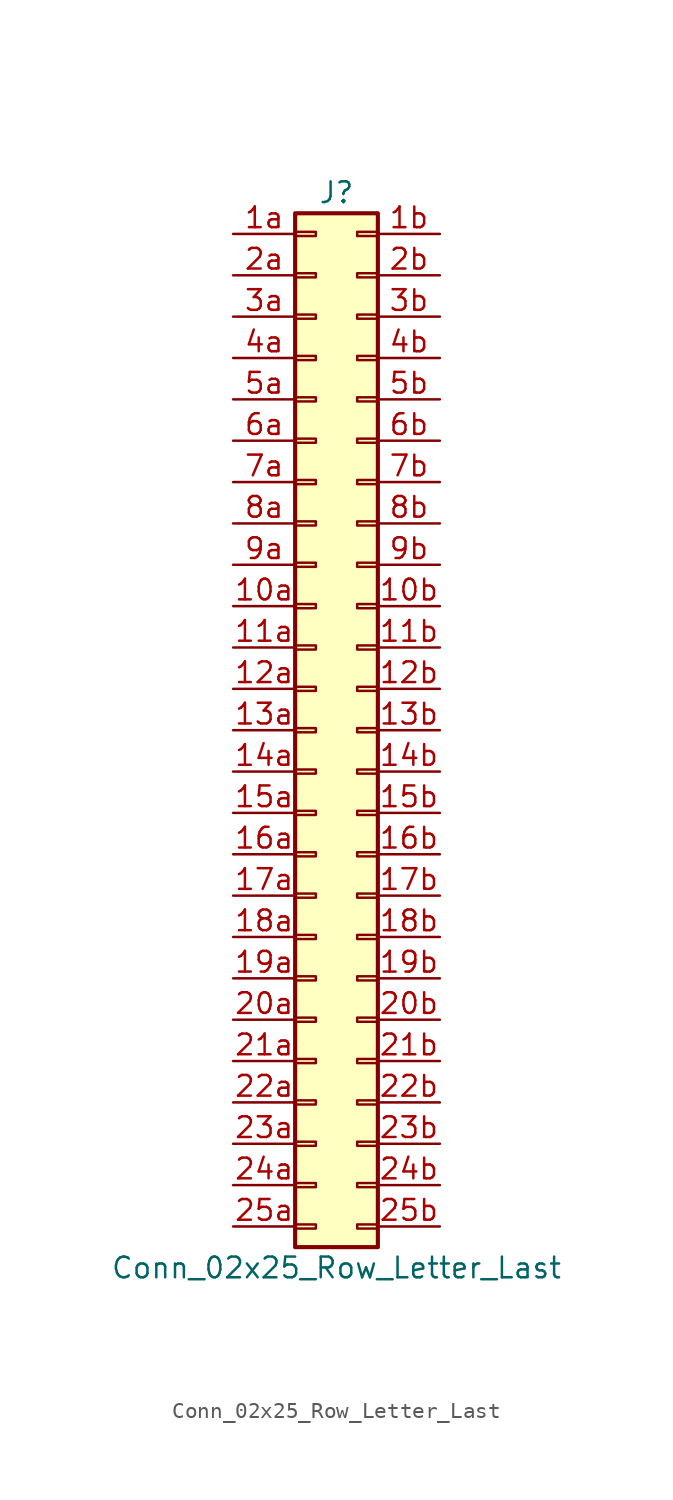
<source format=kicad_sym>
(kicad_symbol_lib
  (version 20211014)
  (generator kicad_symbol_editor)
  (symbol "Conn_02x25_Row_Letter_Last"
    (pin_names
      (offset 1.016) hide)
    (property "Reference" "J"
      (at 1.27 33.02 0)
      (effects (font (size 1.27 1.27))))
    (property "Value" "Conn_02x25_Row_Letter_Last"
      (at 1.27 -33.02 0)
      (effects (font (size 1.27 1.27))))
    (symbol "Conn_02x25_Row_Letter_Last_1_1"
      (rectangle (start -1.27 -30.353) (end 0 -30.607) (stroke (width 0.152) (type default) (color 0 0 0 0)) (fill (type none)))
      (rectangle (start -1.27 -27.813) (end 0 -28.067) (stroke (width 0.152) (type default) (color 0 0 0 0)) (fill (type none)))
      (rectangle (start -1.27 -25.273) (end 0 -25.527) (stroke (width 0.152) (type default) (color 0 0 0 0)) (fill (type none)))
      (rectangle (start -1.27 -22.733) (end 0 -22.987) (stroke (width 0.152) (type default) (color 0 0 0 0)) (fill (type none)))
      (rectangle (start -1.27 -20.193) (end 0 -20.447) (stroke (width 0.152) (type default) (color 0 0 0 0)) (fill (type none)))
      (rectangle (start -1.27 -17.653) (end 0 -17.907) (stroke (width 0.152) (type default) (color 0 0 0 0)) (fill (type none)))
      (rectangle (start -1.27 -15.113) (end 0 -15.367) (stroke (width 0.152) (type default) (color 0 0 0 0)) (fill (type none)))
      (rectangle (start -1.27 -12.573) (end 0 -12.827) (stroke (width 0.152) (type default) (color 0 0 0 0)) (fill (type none)))
      (rectangle (start -1.27 -10.033) (end 0 -10.287) (stroke (width 0.152) (type default) (color 0 0 0 0)) (fill (type none)))
      (rectangle (start -1.27 -7.493) (end 0 -7.747) (stroke (width 0.152) (type default) (color 0 0 0 0)) (fill (type none)))
      (rectangle (start -1.27 -4.953) (end 0 -5.207) (stroke (width 0.152) (type default) (color 0 0 0 0)) (fill (type none)))
      (rectangle (start -1.27 -2.413) (end 0 -2.667) (stroke (width 0.152) (type default) (color 0 0 0 0)) (fill (type none)))
      (rectangle (start -1.27 0.127) (end 0 -0.127) (stroke (width 0.152) (type default) (color 0 0 0 0)) (fill (type none)))
      (rectangle (start -1.27 2.667) (end 0 2.413) (stroke (width 0.152) (type default) (color 0 0 0 0)) (fill (type none)))
      (rectangle (start -1.27 5.207) (end 0 4.953) (stroke (width 0.152) (type default) (color 0 0 0 0)) (fill (type none)))
      (rectangle (start -1.27 7.747) (end 0 7.493) (stroke (width 0.152) (type default) (color 0 0 0 0)) (fill (type none)))
      (rectangle (start -1.27 10.287) (end 0 10.033) (stroke (width 0.152) (type default) (color 0 0 0 0)) (fill (type none)))
      (rectangle (start -1.27 12.827) (end 0 12.573) (stroke (width 0.152) (type default) (color 0 0 0 0)) (fill (type none)))
      (rectangle (start -1.27 15.367) (end 0 15.113) (stroke (width 0.152) (type default) (color 0 0 0 0)) (fill (type none)))
      (rectangle (start -1.27 17.907) (end 0 17.653) (stroke (width 0.152) (type default) (color 0 0 0 0)) (fill (type none)))
      (rectangle (start -1.27 20.447) (end 0 20.193) (stroke (width 0.152) (type default) (color 0 0 0 0)) (fill (type none)))
      (rectangle (start -1.27 22.987) (end 0 22.733) (stroke (width 0.152) (type default) (color 0 0 0 0)) (fill (type none)))
      (rectangle (start -1.27 25.527) (end 0 25.273) (stroke (width 0.152) (type default) (color 0 0 0 0)) (fill (type none)))
      (rectangle (start -1.27 28.067) (end 0 27.813) (stroke (width 0.152) (type default) (color 0 0 0 0)) (fill (type none)))
      (rectangle (start -1.27 30.607) (end 0 30.353) (stroke (width 0.152) (type default) (color 0 0 0 0)) (fill (type none)))
      (rectangle (start -1.27 31.75) (end 3.81 -31.75) (stroke (width 0.254) (type default) (color 0 0 0 0)) (fill (type background)))
      (rectangle (start 3.81 -30.353) (end 2.54 -30.607) (stroke (width 0.152) (type default) (color 0 0 0 0)) (fill (type none)))
      (rectangle (start 3.81 -27.813) (end 2.54 -28.067) (stroke (width 0.152) (type default) (color 0 0 0 0)) (fill (type none)))
      (rectangle (start 3.81 -25.273) (end 2.54 -25.527) (stroke (width 0.152) (type default) (color 0 0 0 0)) (fill (type none)))
      (rectangle (start 3.81 -22.733) (end 2.54 -22.987) (stroke (width 0.152) (type default) (color 0 0 0 0)) (fill (type none)))
      (rectangle (start 3.81 -20.193) (end 2.54 -20.447) (stroke (width 0.152) (type default) (color 0 0 0 0)) (fill (type none)))
      (rectangle (start 3.81 -17.653) (end 2.54 -17.907) (stroke (width 0.152) (type default) (color 0 0 0 0)) (fill (type none)))
      (rectangle (start 3.81 -15.113) (end 2.54 -15.367) (stroke (width 0.152) (type default) (color 0 0 0 0)) (fill (type none)))
      (rectangle (start 3.81 -12.573) (end 2.54 -12.827) (stroke (width 0.152) (type default) (color 0 0 0 0)) (fill (type none)))
      (rectangle (start 3.81 -10.033) (end 2.54 -10.287) (stroke (width 0.152) (type default) (color 0 0 0 0)) (fill (type none)))
      (rectangle (start 3.81 -7.493) (end 2.54 -7.747) (stroke (width 0.152) (type default) (color 0 0 0 0)) (fill (type none)))
      (rectangle (start 3.81 -4.953) (end 2.54 -5.207) (stroke (width 0.152) (type default) (color 0 0 0 0)) (fill (type none)))
      (rectangle (start 3.81 -2.413) (end 2.54 -2.667) (stroke (width 0.152) (type default) (color 0 0 0 0)) (fill (type none)))
      (rectangle (start 3.81 0.127) (end 2.54 -0.127) (stroke (width 0.152) (type default) (color 0 0 0 0)) (fill (type none)))
      (rectangle (start 3.81 2.667) (end 2.54 2.413) (stroke (width 0.152) (type default) (color 0 0 0 0)) (fill (type none)))
      (rectangle (start 3.81 5.207) (end 2.54 4.953) (stroke (width 0.152) (type default) (color 0 0 0 0)) (fill (type none)))
      (rectangle (start 3.81 7.747) (end 2.54 7.493) (stroke (width 0.152) (type default) (color 0 0 0 0)) (fill (type none)))
      (rectangle (start 3.81 10.287) (end 2.54 10.033) (stroke (width 0.152) (type default) (color 0 0 0 0)) (fill (type none)))
      (rectangle (start 3.81 12.827) (end 2.54 12.573) (stroke (width 0.152) (type default) (color 0 0 0 0)) (fill (type none)))
      (rectangle (start 3.81 15.367) (end 2.54 15.113) (stroke (width 0.152) (type default) (color 0 0 0 0)) (fill (type none)))
      (rectangle (start 3.81 17.907) (end 2.54 17.653) (stroke (width 0.152) (type default) (color 0 0 0 0)) (fill (type none)))
      (rectangle (start 3.81 20.447) (end 2.54 20.193) (stroke (width 0.152) (type default) (color 0 0 0 0)) (fill (type none)))
      (rectangle (start 3.81 22.987) (end 2.54 22.733) (stroke (width 0.152) (type default) (color 0 0 0 0)) (fill (type none)))
      (rectangle (start 3.81 25.527) (end 2.54 25.273) (stroke (width 0.152) (type default) (color 0 0 0 0)) (fill (type none)))
      (rectangle (start 3.81 28.067) (end 2.54 27.813) (stroke (width 0.152) (type default) (color 0 0 0 0)) (fill (type none)))
      (rectangle (start 3.81 30.607) (end 2.54 30.353) (stroke (width 0.152) (type default) (color 0 0 0 0)) (fill (type none)))
      (pin passive line (at -5.08 7.62 0) (length 3.81) (name "Pin_10a" (effects (font (size 1.27 1.27)))) (number "10a" (effects (font (size 1.27 1.27)))))
      (pin passive line (at 7.62 7.62 180) (length 3.81) (name "Pin_10b" (effects (font (size 1.27 1.27)))) (number "10b" (effects (font (size 1.27 1.27)))))
      (pin passive line (at -5.08 5.08 0) (length 3.81) (name "Pin_11a" (effects (font (size 1.27 1.27)))) (number "11a" (effects (font (size 1.27 1.27)))))
      (pin passive line (at 7.62 5.08 180) (length 3.81) (name "Pin_11b" (effects (font (size 1.27 1.27)))) (number "11b" (effects (font (size 1.27 1.27)))))
      (pin passive line (at -5.08 2.54 0) (length 3.81) (name "Pin_12a" (effects (font (size 1.27 1.27)))) (number "12a" (effects (font (size 1.27 1.27)))))
      (pin passive line (at 7.62 2.54 180) (length 3.81) (name "Pin_12b" (effects (font (size 1.27 1.27)))) (number "12b" (effects (font (size 1.27 1.27)))))
      (pin passive line (at -5.08 0 0) (length 3.81) (name "Pin_13a" (effects (font (size 1.27 1.27)))) (number "13a" (effects (font (size 1.27 1.27)))))
      (pin passive line (at 7.62 0 180) (length 3.81) (name "Pin_13b" (effects (font (size 1.27 1.27)))) (number "13b" (effects (font (size 1.27 1.27)))))
      (pin passive line (at -5.08 -2.54 0) (length 3.81) (name "Pin_14a" (effects (font (size 1.27 1.27)))) (number "14a" (effects (font (size 1.27 1.27)))))
      (pin passive line (at 7.62 -2.54 180) (length 3.81) (name "Pin_14b" (effects (font (size 1.27 1.27)))) (number "14b" (effects (font (size 1.27 1.27)))))
      (pin passive line (at -5.08 -5.08 0) (length 3.81) (name "Pin_15a" (effects (font (size 1.27 1.27)))) (number "15a" (effects (font (size 1.27 1.27)))))
      (pin passive line (at 7.62 -5.08 180) (length 3.81) (name "Pin_15b" (effects (font (size 1.27 1.27)))) (number "15b" (effects (font (size 1.27 1.27)))))
      (pin passive line (at -5.08 -7.62 0) (length 3.81) (name "Pin_16a" (effects (font (size 1.27 1.27)))) (number "16a" (effects (font (size 1.27 1.27)))))
      (pin passive line (at 7.62 -7.62 180) (length 3.81) (name "Pin_16b" (effects (font (size 1.27 1.27)))) (number "16b" (effects (font (size 1.27 1.27)))))
      (pin passive line (at -5.08 -10.16 0) (length 3.81) (name "Pin_17a" (effects (font (size 1.27 1.27)))) (number "17a" (effects (font (size 1.27 1.27)))))
      (pin passive line (at 7.62 -10.16 180) (length 3.81) (name "Pin_17b" (effects (font (size 1.27 1.27)))) (number "17b" (effects (font (size 1.27 1.27)))))
      (pin passive line (at -5.08 -12.7 0) (length 3.81) (name "Pin_18a" (effects (font (size 1.27 1.27)))) (number "18a" (effects (font (size 1.27 1.27)))))
      (pin passive line (at 7.62 -12.7 180) (length 3.81) (name "Pin_18b" (effects (font (size 1.27 1.27)))) (number "18b" (effects (font (size 1.27 1.27)))))
      (pin passive line (at -5.08 -15.24 0) (length 3.81) (name "Pin_19a" (effects (font (size 1.27 1.27)))) (number "19a" (effects (font (size 1.27 1.27)))))
      (pin passive line (at 7.62 -15.24 180) (length 3.81) (name "Pin_19b" (effects (font (size 1.27 1.27)))) (number "19b" (effects (font (size 1.27 1.27)))))
      (pin passive line (at -5.08 30.48 0) (length 3.81) (name "Pin_1a" (effects (font (size 1.27 1.27)))) (number "1a" (effects (font (size 1.27 1.27)))))
      (pin passive line (at 7.62 30.48 180) (length 3.81) (name "Pin_1b" (effects (font (size 1.27 1.27)))) (number "1b" (effects (font (size 1.27 1.27)))))
      (pin passive line (at -5.08 -17.78 0) (length 3.81) (name "Pin_20a" (effects (font (size 1.27 1.27)))) (number "20a" (effects (font (size 1.27 1.27)))))
      (pin passive line (at 7.62 -17.78 180) (length 3.81) (name "Pin_20b" (effects (font (size 1.27 1.27)))) (number "20b" (effects (font (size 1.27 1.27)))))
      (pin passive line (at -5.08 -20.32 0) (length 3.81) (name "Pin_21a" (effects (font (size 1.27 1.27)))) (number "21a" (effects (font (size 1.27 1.27)))))
      (pin passive line (at 7.62 -20.32 180) (length 3.81) (name "Pin_21b" (effects (font (size 1.27 1.27)))) (number "21b" (effects (font (size 1.27 1.27)))))
      (pin passive line (at -5.08 -22.86 0) (length 3.81) (name "Pin_22a" (effects (font (size 1.27 1.27)))) (number "22a" (effects (font (size 1.27 1.27)))))
      (pin passive line (at 7.62 -22.86 180) (length 3.81) (name "Pin_22b" (effects (font (size 1.27 1.27)))) (number "22b" (effects (font (size 1.27 1.27)))))
      (pin passive line (at -5.08 -25.4 0) (length 3.81) (name "Pin_23a" (effects (font (size 1.27 1.27)))) (number "23a" (effects (font (size 1.27 1.27)))))
      (pin passive line (at 7.62 -25.4 180) (length 3.81) (name "Pin_23b" (effects (font (size 1.27 1.27)))) (number "23b" (effects (font (size 1.27 1.27)))))
      (pin passive line (at -5.08 -27.94 0) (length 3.81) (name "Pin_24a" (effects (font (size 1.27 1.27)))) (number "24a" (effects (font (size 1.27 1.27)))))
      (pin passive line (at 7.62 -27.94 180) (length 3.81) (name "Pin_24b" (effects (font (size 1.27 1.27)))) (number "24b" (effects (font (size 1.27 1.27)))))
      (pin passive line (at -5.08 -30.48 0) (length 3.81) (name "Pin_25a" (effects (font (size 1.27 1.27)))) (number "25a" (effects (font (size 1.27 1.27)))))
      (pin passive line (at 7.62 -30.48 180) (length 3.81) (name "Pin_25b" (effects (font (size 1.27 1.27)))) (number "25b" (effects (font (size 1.27 1.27)))))
      (pin passive line (at -5.08 27.94 0) (length 3.81) (name "Pin_2a" (effects (font (size 1.27 1.27)))) (number "2a" (effects (font (size 1.27 1.27)))))
      (pin passive line (at 7.62 27.94 180) (length 3.81) (name "Pin_2b" (effects (font (size 1.27 1.27)))) (number "2b" (effects (font (size 1.27 1.27)))))
      (pin passive line (at -5.08 25.4 0) (length 3.81) (name "Pin_3a" (effects (font (size 1.27 1.27)))) (number "3a" (effects (font (size 1.27 1.27)))))
      (pin passive line (at 7.62 25.4 180) (length 3.81) (name "Pin_3b" (effects (font (size 1.27 1.27)))) (number "3b" (effects (font (size 1.27 1.27)))))
      (pin passive line (at -5.08 22.86 0) (length 3.81) (name "Pin_4a" (effects (font (size 1.27 1.27)))) (number "4a" (effects (font (size 1.27 1.27)))))
      (pin passive line (at 7.62 22.86 180) (length 3.81) (name "Pin_4b" (effects (font (size 1.27 1.27)))) (number "4b" (effects (font (size 1.27 1.27)))))
      (pin passive line (at -5.08 20.32 0) (length 3.81) (name "Pin_5a" (effects (font (size 1.27 1.27)))) (number "5a" (effects (font (size 1.27 1.27)))))
      (pin passive line (at 7.62 20.32 180) (length 3.81) (name "Pin_5b" (effects (font (size 1.27 1.27)))) (number "5b" (effects (font (size 1.27 1.27)))))
      (pin passive line (at -5.08 17.78 0) (length 3.81) (name "Pin_6a" (effects (font (size 1.27 1.27)))) (number "6a" (effects (font (size 1.27 1.27)))))
      (pin passive line (at 7.62 17.78 180) (length 3.81) (name "Pin_6b" (effects (font (size 1.27 1.27)))) (number "6b" (effects (font (size 1.27 1.27)))))
      (pin passive line (at -5.08 15.24 0) (length 3.81) (name "Pin_7a" (effects (font (size 1.27 1.27)))) (number "7a" (effects (font (size 1.27 1.27)))))
      (pin passive line (at 7.62 15.24 180) (length 3.81) (name "Pin_7b" (effects (font (size 1.27 1.27)))) (number "7b" (effects (font (size 1.27 1.27)))))
      (pin passive line (at -5.08 12.7 0) (length 3.81) (name "Pin_8a" (effects (font (size 1.27 1.27)))) (number "8a" (effects (font (size 1.27 1.27)))))
      (pin passive line (at 7.62 12.7 180) (length 3.81) (name "Pin_8b" (effects (font (size 1.27 1.27)))) (number "8b" (effects (font (size 1.27 1.27)))))
      (pin passive line (at -5.08 10.16 0) (length 3.81) (name "Pin_9a" (effects (font (size 1.27 1.27)))) (number "9a" (effects (font (size 1.27 1.27)))))
      (pin passive line (at 7.62 10.16 180) (length 3.81) (name "Pin_9b" (effects (font (size 1.27 1.27)))) (number "9b" (effects (font (size 1.27 1.27))))))))
</source>
